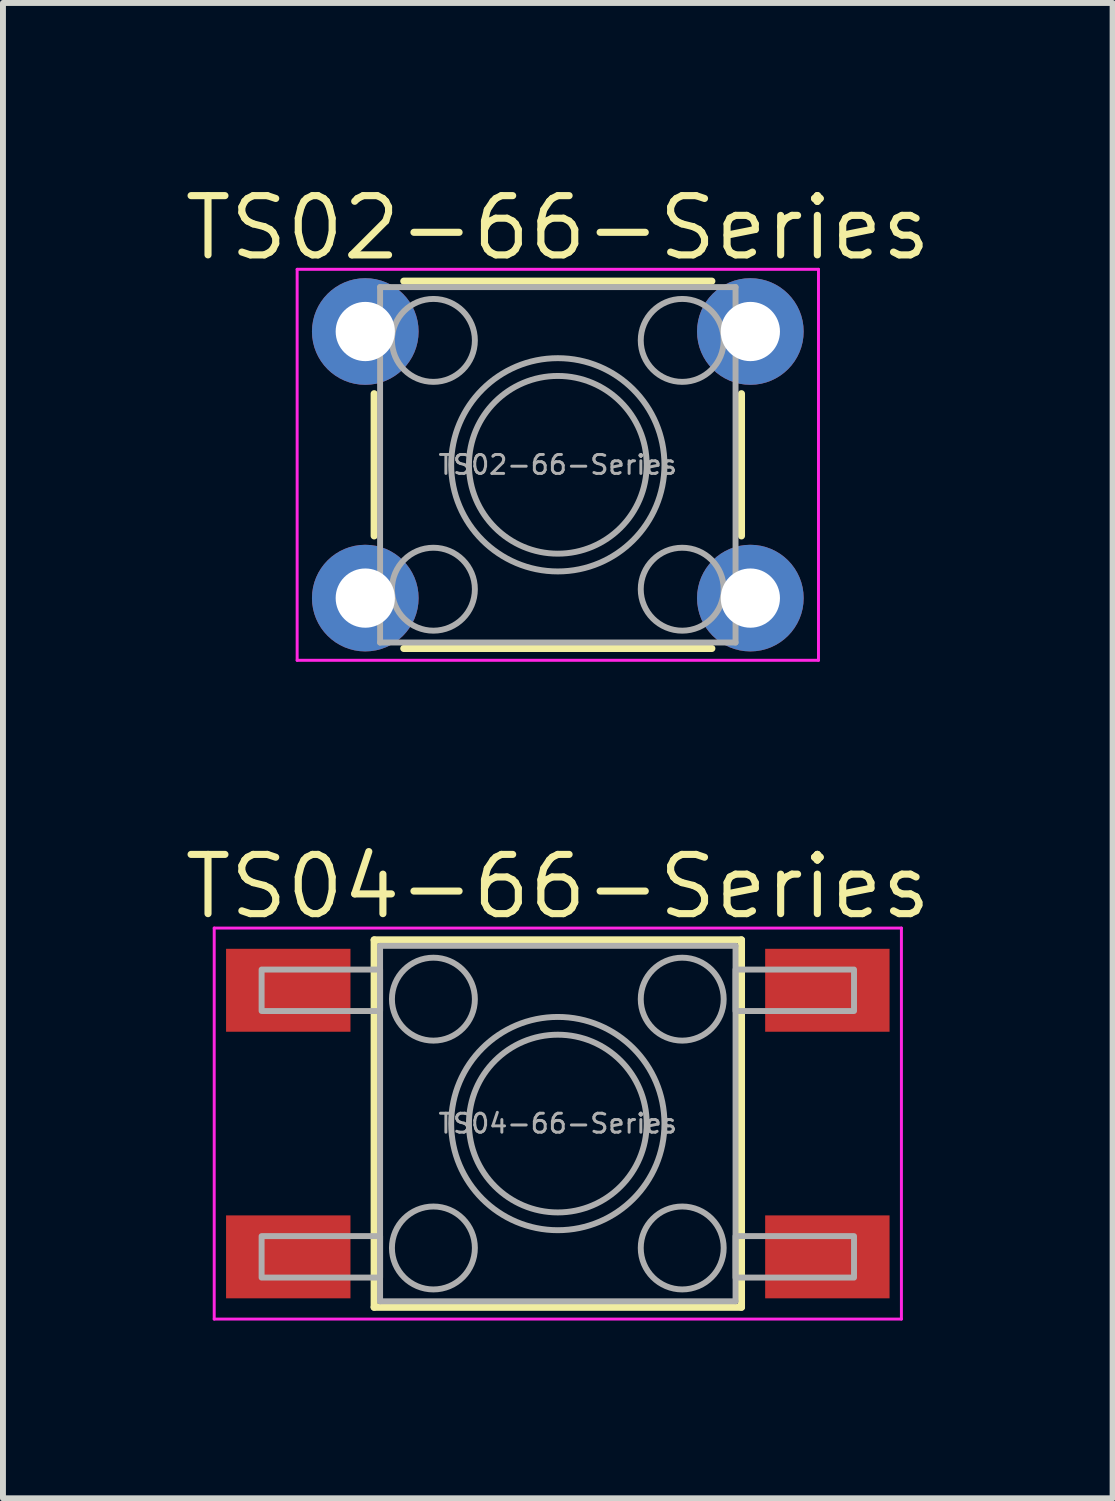
<source format=kicad_pcb>
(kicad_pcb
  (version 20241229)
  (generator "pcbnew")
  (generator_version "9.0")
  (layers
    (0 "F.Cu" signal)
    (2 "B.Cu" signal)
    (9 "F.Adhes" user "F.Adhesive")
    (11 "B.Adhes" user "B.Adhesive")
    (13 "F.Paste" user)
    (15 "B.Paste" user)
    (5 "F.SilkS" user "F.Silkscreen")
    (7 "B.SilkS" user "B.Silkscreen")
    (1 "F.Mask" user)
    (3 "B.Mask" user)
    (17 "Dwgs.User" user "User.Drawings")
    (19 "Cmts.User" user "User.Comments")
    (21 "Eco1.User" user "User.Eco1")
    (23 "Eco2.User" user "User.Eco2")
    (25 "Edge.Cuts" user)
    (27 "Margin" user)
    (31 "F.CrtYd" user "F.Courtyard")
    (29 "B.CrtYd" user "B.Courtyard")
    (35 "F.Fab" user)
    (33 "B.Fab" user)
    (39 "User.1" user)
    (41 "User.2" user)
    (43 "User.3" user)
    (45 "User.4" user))
  (footprint "TS02-66-Series"
    (layer "F.Cu")
    (at 6.366 4.796)
    (property "Reference" "TS02-66-Series" (at 0 -4 0) (layer "F.SilkS") (effects (font (size 1 1) (thickness 0.12))))
    (attr through_hole)
    (fp_line (start -3.1 -1.2) (end -3.1 1.2) (stroke (width 0.12) (type solid)) (layer "F.SilkS"))
    (fp_line (start -2.6 3.1) (end 2.6 3.1) (stroke (width 0.12) (type solid)) (layer "F.SilkS"))
    (fp_line (start 2.6 -3.1) (end -2.6 -3.1) (stroke (width 0.12) (type solid)) (layer "F.SilkS"))
    (fp_line (start 3.1 1.2) (end 3.1 -1.2) (stroke (width 0.12) (type solid)) (layer "F.SilkS"))
    (fp_line (start -4.4 -3.3) (end 4.4 -3.3) (stroke (width 0.05) (type solid)) (layer "F.CrtYd"))
    (fp_line (start -4.4 3.3) (end -4.4 -3.3) (stroke (width 0.05) (type solid)) (layer "F.CrtYd"))
    (fp_line (start 4.4 -3.3) (end 4.4 3.3) (stroke (width 0.05) (type solid)) (layer "F.CrtYd"))
    (fp_line (start 4.4 3.3) (end -4.4 3.3) (stroke (width 0.05) (type solid)) (layer "F.CrtYd"))
    (fp_line (start -3 -3) (end 3 -3) (stroke (width 0.1) (type solid)) (layer "F.Fab"))
    (fp_line (start -3 3) (end -3 -3) (stroke (width 0.1) (type solid)) (layer "F.Fab"))
    (fp_line (start 3 -3) (end 3 3) (stroke (width 0.1) (type solid)) (layer "F.Fab"))
    (fp_line (start 3 3) (end -3 3) (stroke (width 0.1) (type solid)) (layer "F.Fab"))
    (fp_rect (start -3.45 -2.6) (end -3 -1.9) (stroke (width 0.1) (type solid)) (fill no) (layer "F.Fab"))
    (fp_rect (start -3.4 1.9) (end -3 2.6) (stroke (width 0.1) (type solid)) (fill no) (layer "F.Fab"))
    (fp_rect (start 3 -2.6) (end 3.4 -1.9) (stroke (width 0.1) (type solid)) (fill no) (layer "F.Fab"))
    (fp_rect (start 3 1.9) (end 3.4 2.6) (stroke (width 0.1) (type solid)) (fill no) (layer "F.Fab"))
    (fp_circle (center -2.1 -2.1) (end -1.4 -2.1) (stroke (width 0.1) (type solid)) (fill no) (layer "F.Fab"))
    (fp_circle (center -2.1 2.1) (end -1.4 2.1) (stroke (width 0.1) (type solid)) (fill no) (layer "F.Fab"))
    (fp_circle (center 0 0) (end 1.5 0) (stroke (width 0.1) (type solid)) (fill no) (layer "F.Fab"))
    (fp_circle (center 0 0) (end 1.8 0) (stroke (width 0.1) (type solid)) (fill no) (layer "F.Fab"))
    (fp_circle (center 2.1 -2.1) (end 2.8 -2.1) (stroke (width 0.1) (type solid)) (fill no) (layer "F.Fab"))
    (fp_circle (center 2.1 2.1) (end 2.8 2.1) (stroke (width 0.1) (type solid)) (fill no) (layer "F.Fab"))
    (fp_text user "${REFERENCE}" (at 0 0 0) (layer "F.Fab") (effects (font (size 0.32 0.32) (thickness 0.05))))
    (pad "1" thru_hole circle (at -3.25 -2.25) (size 1.8 1.8) (drill 1) (layers "*.Cu" "*.Mask"))
    (pad "1" thru_hole circle (at 3.25 -2.25) (size 1.8 1.8) (drill 1) (layers "*.Cu" "*.Mask"))
    (pad "2" thru_hole circle (at -3.25 2.25) (size 1.8 1.8) (drill 1) (layers "*.Cu" "*.Mask"))
    (pad "2" thru_hole circle (at 3.25 2.25) (size 1.8 1.8) (drill 1) (layers "*.Cu" "*.Mask")))
  (footprint "TS04-66-Series"
    (layer "F.Cu")
    (at 6.366 15.916)
    (property "Reference" "TS04-66-Series" (at 0 -4 0) (layer "F.SilkS") (effects (font (size 1 1) (thickness 0.12))))
    (attr smd)
    (fp_line (start -3.1 -3.1) (end -3.1 3.1) (stroke (width 0.12) (type solid)) (layer "F.SilkS"))
    (fp_line (start -3.1 3.1) (end 3.1 3.1) (stroke (width 0.12) (type solid)) (layer "F.SilkS"))
    (fp_line (start 3.1 -3.1) (end -3.1 -3.1) (stroke (width 0.12) (type solid)) (layer "F.SilkS"))
    (fp_line (start 3.1 3.1) (end 3.1 -3.1) (stroke (width 0.12) (type solid)) (layer "F.SilkS"))
    (fp_line (start -5.8 -3.3) (end 5.8 -3.3) (stroke (width 0.05) (type solid)) (layer "F.CrtYd"))
    (fp_line (start -5.8 3.3) (end -5.8 -3.3) (stroke (width 0.05) (type solid)) (layer "F.CrtYd"))
    (fp_line (start 5.8 -3.3) (end 5.8 3.3) (stroke (width 0.05) (type solid)) (layer "F.CrtYd"))
    (fp_line (start 5.8 3.3) (end -5.8 3.3) (stroke (width 0.05) (type solid)) (layer "F.CrtYd"))
    (fp_line (start -3 -3) (end 3 -3) (stroke (width 0.1) (type solid)) (layer "F.Fab"))
    (fp_line (start -3 3) (end -3 -3) (stroke (width 0.1) (type solid)) (layer "F.Fab"))
    (fp_line (start 3 -3) (end 3 3) (stroke (width 0.1) (type solid)) (layer "F.Fab"))
    (fp_line (start 3 3) (end -3 3) (stroke (width 0.1) (type solid)) (layer "F.Fab"))
    (fp_rect (start -5 -2.6) (end -3 -1.9) (stroke (width 0.1) (type solid)) (fill no) (layer "F.Fab"))
    (fp_rect (start -5 1.9) (end -3 2.6) (stroke (width 0.1) (type solid)) (fill no) (layer "F.Fab"))
    (fp_rect (start 3 -2.6) (end 5 -1.9) (stroke (width 0.1) (type solid)) (fill no) (layer "F.Fab"))
    (fp_rect (start 3 1.9) (end 5 2.6) (stroke (width 0.1) (type solid)) (fill no) (layer "F.Fab"))
    (fp_circle (center -2.1 -2.1) (end -1.4 -2.1) (stroke (width 0.1) (type solid)) (fill no) (layer "F.Fab"))
    (fp_circle (center -2.1 2.1) (end -1.4 2.1) (stroke (width 0.1) (type solid)) (fill no) (layer "F.Fab"))
    (fp_circle (center 0 0) (end 1.5 0) (stroke (width 0.1) (type solid)) (fill no) (layer "F.Fab"))
    (fp_circle (center 0 0) (end 1.8 0) (stroke (width 0.1) (type solid)) (fill no) (layer "F.Fab"))
    (fp_circle (center 2.1 -2.1) (end 2.8 -2.1) (stroke (width 0.1) (type solid)) (fill no) (layer "F.Fab"))
    (fp_circle (center 2.1 2.1) (end 2.8 2.1) (stroke (width 0.1) (type solid)) (fill no) (layer "F.Fab"))
    (fp_text user "${REFERENCE}" (at 0 0 0) (layer "F.Fab") (effects (font (size 0.32 0.32) (thickness 0.05))))
    (pad "1" smd rect (at -4.55 -2.25) (size 2.1 1.4) (layers "F.Cu" "F.Mask" "F.Paste"))
    (pad "1" smd rect (at 4.55 -2.25) (size 2.1 1.4) (layers "F.Cu" "F.Mask" "F.Paste"))
    (pad "2" smd rect (at -4.55 2.25) (size 2.1 1.4) (layers "F.Cu" "F.Mask" "F.Paste"))
    (pad "2" smd rect (at 4.55 2.25) (size 2.1 1.4) (layers "F.Cu" "F.Mask" "F.Paste")))
  (gr_rect
    (start -3 -3)
    (end 15.731 22.241)
    (stroke (width 0.1) (type default))
    (fill no)
    (layer "Edge.Cuts")))
</source>
